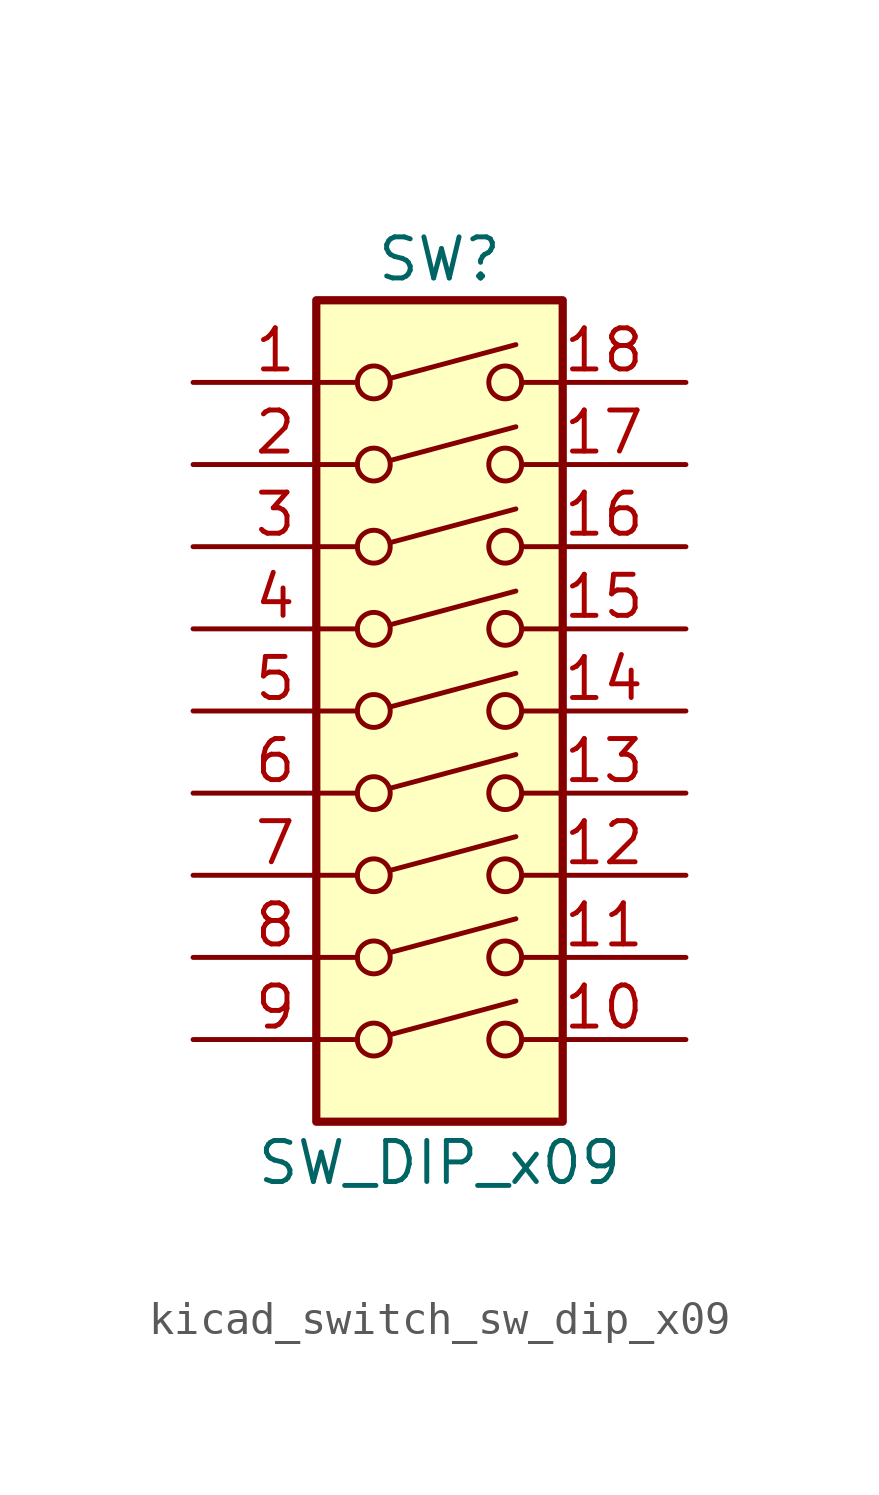
<source format=kicad_sym>
(kicad_symbol_lib
  (version 20220914)
  (generator kicad_symbol_editor)
  (symbol "kicad_switch_sw_dip_x09"
    (pin_names
      (offset 0) hide)
    (property "Reference" "SW"
      (at 0 13.97 0)
      (effects (font (size 1.27 1.27))))
    (property "Value" "SW_DIP_x09"
      (at 0 -13.97 0)
      (effects (font (size 1.27 1.27))))
    (symbol "kicad_switch_sw_dip_x09_0_0"
      (circle (center -2.032 -10.16) (radius 0.508) (stroke (width 0) (type default)) (fill (type none)))
      (circle (center -2.032 -7.62) (radius 0.508) (stroke (width 0) (type default)) (fill (type none)))
      (circle (center -2.032 -5.08) (radius 0.508) (stroke (width 0) (type default)) (fill (type none)))
      (circle (center -2.032 -2.54) (radius 0.508) (stroke (width 0) (type default)) (fill (type none)))
      (circle (center -2.032 0) (radius 0.508) (stroke (width 0) (type default)) (fill (type none)))
      (circle (center -2.032 2.54) (radius 0.508) (stroke (width 0) (type default)) (fill (type none)))
      (circle (center -2.032 5.08) (radius 0.508) (stroke (width 0) (type default)) (fill (type none)))
      (circle (center -2.032 7.62) (radius 0.508) (stroke (width 0) (type default)) (fill (type none)))
      (circle (center -2.032 10.16) (radius 0.508) (stroke (width 0) (type default)) (fill (type none)))
      (polyline (pts (xy -1.524 -10.008) (xy 2.362 -8.966)) (stroke (width 0) (type default)) (fill (type none)))
      (polyline (pts (xy -1.524 -7.468) (xy 2.362 -6.426)) (stroke (width 0) (type default)) (fill (type none)))
      (polyline (pts (xy -1.524 -4.928) (xy 2.362 -3.886)) (stroke (width 0) (type default)) (fill (type none)))
      (polyline (pts (xy -1.524 -2.388) (xy 2.362 -1.346)) (stroke (width 0) (type default)) (fill (type none)))
      (polyline (pts (xy -1.524 0.127) (xy 2.362 1.168)) (stroke (width 0) (type default)) (fill (type none)))
      (polyline (pts (xy -1.524 2.667) (xy 2.362 3.708)) (stroke (width 0) (type default)) (fill (type none)))
      (polyline (pts (xy -1.524 5.207) (xy 2.362 6.248)) (stroke (width 0) (type default)) (fill (type none)))
      (polyline (pts (xy -1.524 7.747) (xy 2.362 8.788)) (stroke (width 0) (type default)) (fill (type none)))
      (polyline (pts (xy -1.524 10.287) (xy 2.362 11.328)) (stroke (width 0) (type default)) (fill (type none)))
      (circle (center 2.032 -10.16) (radius 0.508) (stroke (width 0) (type default)) (fill (type none)))
      (circle (center 2.032 -7.62) (radius 0.508) (stroke (width 0) (type default)) (fill (type none)))
      (circle (center 2.032 -5.08) (radius 0.508) (stroke (width 0) (type default)) (fill (type none)))
      (circle (center 2.032 -2.54) (radius 0.508) (stroke (width 0) (type default)) (fill (type none)))
      (circle (center 2.032 0) (radius 0.508) (stroke (width 0) (type default)) (fill (type none)))
      (circle (center 2.032 2.54) (radius 0.508) (stroke (width 0) (type default)) (fill (type none)))
      (circle (center 2.032 5.08) (radius 0.508) (stroke (width 0) (type default)) (fill (type none)))
      (circle (center 2.032 7.62) (radius 0.508) (stroke (width 0) (type default)) (fill (type none)))
      (circle (center 2.032 10.16) (radius 0.508) (stroke (width 0) (type default)) (fill (type none))))
    (symbol "kicad_switch_sw_dip_x09_0_1"
      (rectangle (start -3.81 12.7) (end 3.81 -12.7) (stroke (width 0.254) (type default)) (fill (type background))))
    (symbol "kicad_switch_sw_dip_x09_1_1"
      (pin passive line (at -7.62 10.16 0) (length 5.08) (name "~" (effects (font (size 1.27 1.27)))) (number "1" (effects (font (size 1.27 1.27)))))
      (pin passive line (at 7.62 -10.16 180) (length 5.08) (name "~" (effects (font (size 1.27 1.27)))) (number "10" (effects (font (size 1.27 1.27)))))
      (pin passive line (at 7.62 -7.62 180) (length 5.08) (name "~" (effects (font (size 1.27 1.27)))) (number "11" (effects (font (size 1.27 1.27)))))
      (pin passive line (at 7.62 -5.08 180) (length 5.08) (name "~" (effects (font (size 1.27 1.27)))) (number "12" (effects (font (size 1.27 1.27)))))
      (pin passive line (at 7.62 -2.54 180) (length 5.08) (name "~" (effects (font (size 1.27 1.27)))) (number "13" (effects (font (size 1.27 1.27)))))
      (pin passive line (at 7.62 0 180) (length 5.08) (name "~" (effects (font (size 1.27 1.27)))) (number "14" (effects (font (size 1.27 1.27)))))
      (pin passive line (at 7.62 2.54 180) (length 5.08) (name "~" (effects (font (size 1.27 1.27)))) (number "15" (effects (font (size 1.27 1.27)))))
      (pin passive line (at 7.62 5.08 180) (length 5.08) (name "~" (effects (font (size 1.27 1.27)))) (number "16" (effects (font (size 1.27 1.27)))))
      (pin passive line (at 7.62 7.62 180) (length 5.08) (name "~" (effects (font (size 1.27 1.27)))) (number "17" (effects (font (size 1.27 1.27)))))
      (pin passive line (at 7.62 10.16 180) (length 5.08) (name "~" (effects (font (size 1.27 1.27)))) (number "18" (effects (font (size 1.27 1.27)))))
      (pin passive line (at -7.62 7.62 0) (length 5.08) (name "~" (effects (font (size 1.27 1.27)))) (number "2" (effects (font (size 1.27 1.27)))))
      (pin passive line (at -7.62 5.08 0) (length 5.08) (name "~" (effects (font (size 1.27 1.27)))) (number "3" (effects (font (size 1.27 1.27)))))
      (pin passive line (at -7.62 2.54 0) (length 5.08) (name "~" (effects (font (size 1.27 1.27)))) (number "4" (effects (font (size 1.27 1.27)))))
      (pin passive line (at -7.62 0 0) (length 5.08) (name "~" (effects (font (size 1.27 1.27)))) (number "5" (effects (font (size 1.27 1.27)))))
      (pin passive line (at -7.62 -2.54 0) (length 5.08) (name "~" (effects (font (size 1.27 1.27)))) (number "6" (effects (font (size 1.27 1.27)))))
      (pin passive line (at -7.62 -5.08 0) (length 5.08) (name "~" (effects (font (size 1.27 1.27)))) (number "7" (effects (font (size 1.27 1.27)))))
      (pin passive line (at -7.62 -7.62 0) (length 5.08) (name "~" (effects (font (size 1.27 1.27)))) (number "8" (effects (font (size 1.27 1.27)))))
      (pin passive line (at -7.62 -10.16 0) (length 5.08) (name "~" (effects (font (size 1.27 1.27)))) (number "9" (effects (font (size 1.27 1.27))))))))
</source>
